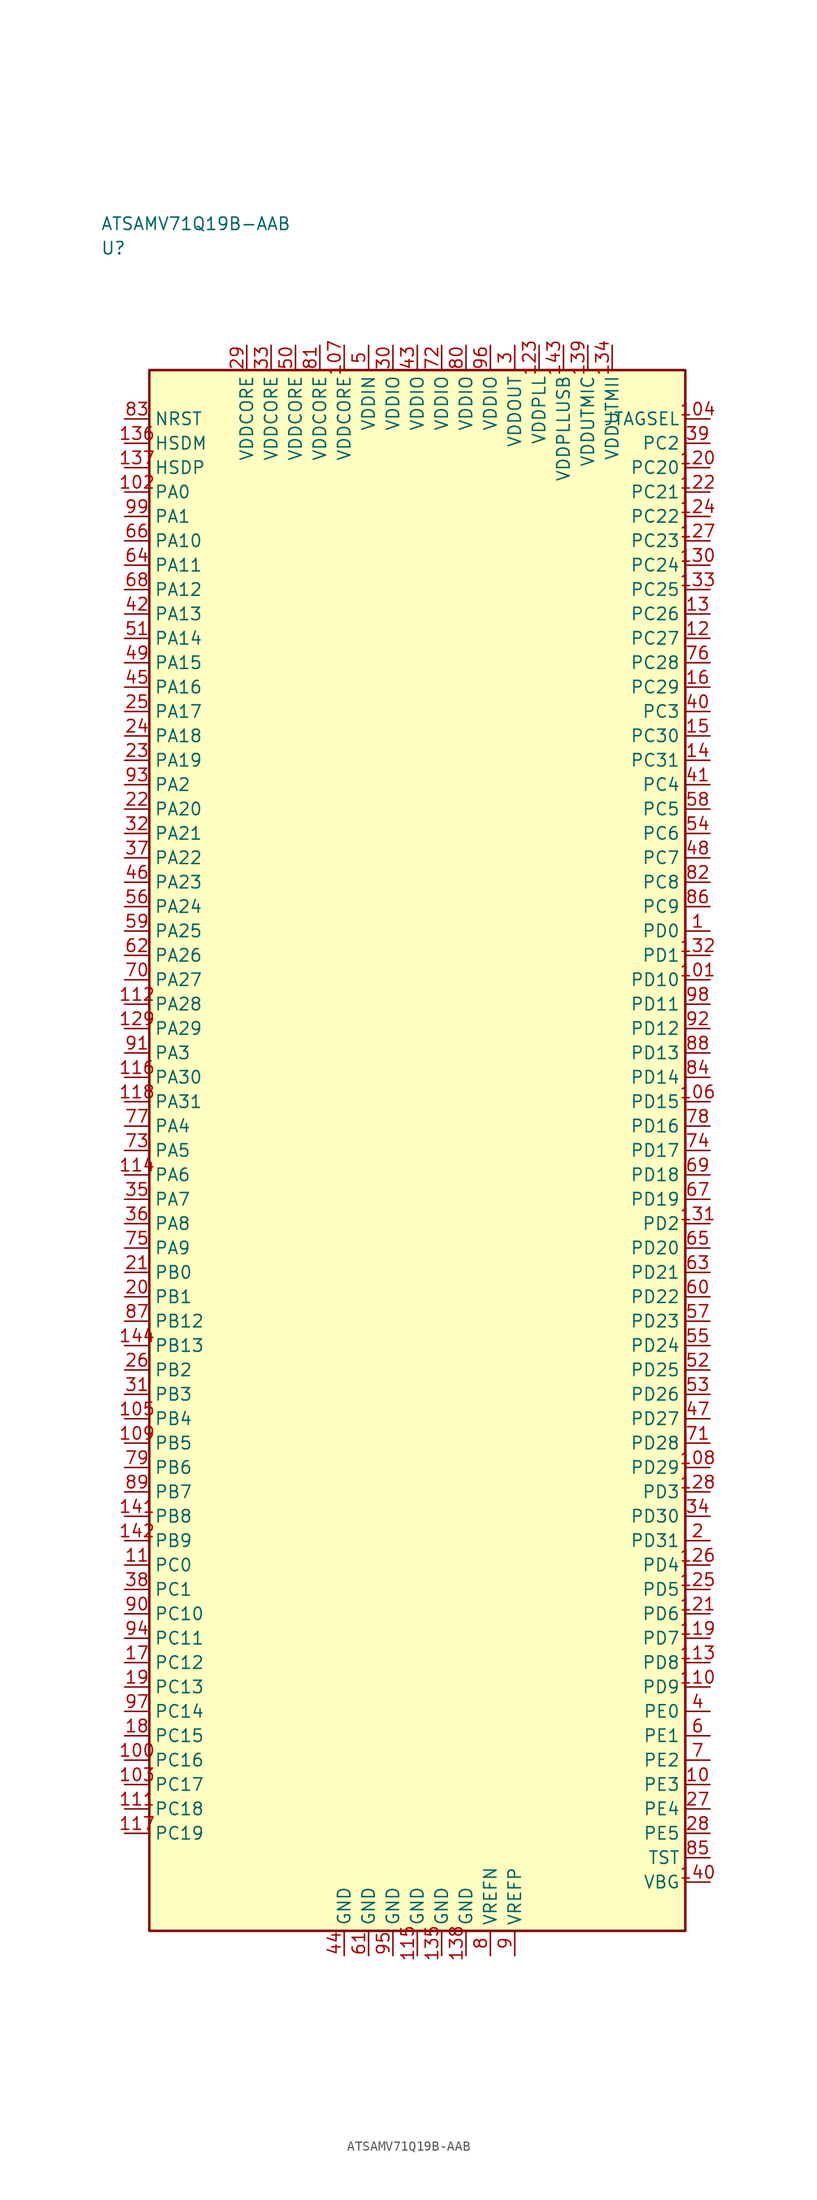
<source format=kicad_sym>
(kicad_symbol_lib
  (version 20241025)
  (generator "kicad_symbol_editor")
  (generator_version "8.0")
  (symbol "ATSAMV71Q19B-AAB"
    (property "Reference" "U"
      (at -32.5 92.5 0)
      (effects (font (size 1.27 1.27)) (justify left)))
    (property "Value" "ATSAMV71Q19B-AAB"
      (at -32.5 95.0 0)
      (effects (font (size 1.27 1.27)) (justify left)))
    (symbol "ATSAMV71Q19B-AAB_0_1"
      (rectangle (start -27.5 80.0) (end 27.5 -80.0) (stroke (width 0.254) (type default)) (fill (type background))))
    (symbol "ATSAMV71Q19B-AAB_1_1"
      (pin bidirectional line (at -30.04 67.5 0.0) (length 2.54) (name "PA0" (effects (font (size 1.27 1.27)))) (number "102" (effects (font (size 1.27 1.27)))))
      (pin bidirectional line (at -30.04 65.0 0.0) (length 2.54) (name "PA1" (effects (font (size 1.27 1.27)))) (number "99" (effects (font (size 1.27 1.27)))))
      (pin bidirectional line (at -30.04 37.5 0.0) (length 2.54) (name "PA2" (effects (font (size 1.27 1.27)))) (number "93" (effects (font (size 1.27 1.27)))))
      (pin bidirectional line (at -30.04 10.0 0.0) (length 2.54) (name "PA3" (effects (font (size 1.27 1.27)))) (number "91" (effects (font (size 1.27 1.27)))))
      (pin bidirectional line (at -30.04 2.5 0.0) (length 2.54) (name "PA4" (effects (font (size 1.27 1.27)))) (number "77" (effects (font (size 1.27 1.27)))))
      (pin bidirectional line (at -30.04 0.0 0.0) (length 2.54) (name "PA5" (effects (font (size 1.27 1.27)))) (number "73" (effects (font (size 1.27 1.27)))))
      (pin bidirectional line (at -30.04 -2.5 0.0) (length 2.54) (name "PA6" (effects (font (size 1.27 1.27)))) (number "114" (effects (font (size 1.27 1.27)))))
      (pin bidirectional line (at -30.04 -5.0 0.0) (length 2.54) (name "PA7" (effects (font (size 1.27 1.27)))) (number "35" (effects (font (size 1.27 1.27)))))
      (pin bidirectional line (at -30.04 -7.5 0.0) (length 2.54) (name "PA8" (effects (font (size 1.27 1.27)))) (number "36" (effects (font (size 1.27 1.27)))))
      (pin bidirectional line (at -30.04 -10.0 0.0) (length 2.54) (name "PA9" (effects (font (size 1.27 1.27)))) (number "75" (effects (font (size 1.27 1.27)))))
      (pin bidirectional line (at -30.04 62.5 0.0) (length 2.54) (name "PA10" (effects (font (size 1.27 1.27)))) (number "66" (effects (font (size 1.27 1.27)))))
      (pin bidirectional line (at -30.04 60.0 0.0) (length 2.54) (name "PA11" (effects (font (size 1.27 1.27)))) (number "64" (effects (font (size 1.27 1.27)))))
      (pin bidirectional line (at -30.04 57.5 0.0) (length 2.54) (name "PA12" (effects (font (size 1.27 1.27)))) (number "68" (effects (font (size 1.27 1.27)))))
      (pin bidirectional line (at -30.04 55.0 0.0) (length 2.54) (name "PA13" (effects (font (size 1.27 1.27)))) (number "42" (effects (font (size 1.27 1.27)))))
      (pin bidirectional line (at -30.04 52.5 0.0) (length 2.54) (name "PA14" (effects (font (size 1.27 1.27)))) (number "51" (effects (font (size 1.27 1.27)))))
      (pin bidirectional line (at -30.04 50.0 0.0) (length 2.54) (name "PA15" (effects (font (size 1.27 1.27)))) (number "49" (effects (font (size 1.27 1.27)))))
      (pin bidirectional line (at -30.04 47.5 0.0) (length 2.54) (name "PA16" (effects (font (size 1.27 1.27)))) (number "45" (effects (font (size 1.27 1.27)))))
      (pin bidirectional line (at -30.04 45.0 0.0) (length 2.54) (name "PA17" (effects (font (size 1.27 1.27)))) (number "25" (effects (font (size 1.27 1.27)))))
      (pin bidirectional line (at -30.04 42.5 0.0) (length 2.54) (name "PA18" (effects (font (size 1.27 1.27)))) (number "24" (effects (font (size 1.27 1.27)))))
      (pin bidirectional line (at -30.04 40.0 0.0) (length 2.54) (name "PA19" (effects (font (size 1.27 1.27)))) (number "23" (effects (font (size 1.27 1.27)))))
      (pin bidirectional line (at -30.04 35.0 0.0) (length 2.54) (name "PA20" (effects (font (size 1.27 1.27)))) (number "22" (effects (font (size 1.27 1.27)))))
      (pin bidirectional line (at -30.04 32.5 0.0) (length 2.54) (name "PA21" (effects (font (size 1.27 1.27)))) (number "32" (effects (font (size 1.27 1.27)))))
      (pin bidirectional line (at -30.04 30.0 0.0) (length 2.54) (name "PA22" (effects (font (size 1.27 1.27)))) (number "37" (effects (font (size 1.27 1.27)))))
      (pin bidirectional line (at -30.04 27.5 0.0) (length 2.54) (name "PA23" (effects (font (size 1.27 1.27)))) (number "46" (effects (font (size 1.27 1.27)))))
      (pin bidirectional line (at -30.04 25.0 0.0) (length 2.54) (name "PA24" (effects (font (size 1.27 1.27)))) (number "56" (effects (font (size 1.27 1.27)))))
      (pin bidirectional line (at -30.04 22.5 0.0) (length 2.54) (name "PA25" (effects (font (size 1.27 1.27)))) (number "59" (effects (font (size 1.27 1.27)))))
      (pin bidirectional line (at -30.04 20.0 0.0) (length 2.54) (name "PA26" (effects (font (size 1.27 1.27)))) (number "62" (effects (font (size 1.27 1.27)))))
      (pin bidirectional line (at -30.04 17.5 0.0) (length 2.54) (name "PA27" (effects (font (size 1.27 1.27)))) (number "70" (effects (font (size 1.27 1.27)))))
      (pin bidirectional line (at -30.04 15.0 0.0) (length 2.54) (name "PA28" (effects (font (size 1.27 1.27)))) (number "112" (effects (font (size 1.27 1.27)))))
      (pin bidirectional line (at -30.04 12.5 0.0) (length 2.54) (name "PA29" (effects (font (size 1.27 1.27)))) (number "129" (effects (font (size 1.27 1.27)))))
      (pin bidirectional line (at -30.04 7.5 0.0) (length 2.54) (name "PA30" (effects (font (size 1.27 1.27)))) (number "116" (effects (font (size 1.27 1.27)))))
      (pin bidirectional line (at -30.04 5.0 0.0) (length 2.54) (name "PA31" (effects (font (size 1.27 1.27)))) (number "118" (effects (font (size 1.27 1.27)))))
      (pin bidirectional line (at -30.04 -12.5 0.0) (length 2.54) (name "PB0" (effects (font (size 1.27 1.27)))) (number "21" (effects (font (size 1.27 1.27)))))
      (pin bidirectional line (at -30.04 -15.0 0.0) (length 2.54) (name "PB1" (effects (font (size 1.27 1.27)))) (number "20" (effects (font (size 1.27 1.27)))))
      (pin bidirectional line (at -30.04 -22.5 0.0) (length 2.54) (name "PB2" (effects (font (size 1.27 1.27)))) (number "26" (effects (font (size 1.27 1.27)))))
      (pin bidirectional line (at -30.04 -25.0 0.0) (length 2.54) (name "PB3" (effects (font (size 1.27 1.27)))) (number "31" (effects (font (size 1.27 1.27)))))
      (pin bidirectional line (at -30.04 -27.5 0.0) (length 2.54) (name "PB4" (effects (font (size 1.27 1.27)))) (number "105" (effects (font (size 1.27 1.27)))))
      (pin bidirectional line (at -30.04 -30.0 0.0) (length 2.54) (name "PB5" (effects (font (size 1.27 1.27)))) (number "109" (effects (font (size 1.27 1.27)))))
      (pin bidirectional line (at -30.04 -32.5 0.0) (length 2.54) (name "PB6" (effects (font (size 1.27 1.27)))) (number "79" (effects (font (size 1.27 1.27)))))
      (pin bidirectional line (at -30.04 -35.0 0.0) (length 2.54) (name "PB7" (effects (font (size 1.27 1.27)))) (number "89" (effects (font (size 1.27 1.27)))))
      (pin bidirectional line (at -30.04 -37.5 0.0) (length 2.54) (name "PB8" (effects (font (size 1.27 1.27)))) (number "141" (effects (font (size 1.27 1.27)))))
      (pin bidirectional line (at -30.04 -40.0 0.0) (length 2.54) (name "PB9" (effects (font (size 1.27 1.27)))) (number "142" (effects (font (size 1.27 1.27)))))
      (pin bidirectional line (at -30.04 -17.5 0.0) (length 2.54) (name "PB12" (effects (font (size 1.27 1.27)))) (number "87" (effects (font (size 1.27 1.27)))))
      (pin bidirectional line (at -30.04 -20.0 0.0) (length 2.54) (name "PB13" (effects (font (size 1.27 1.27)))) (number "144" (effects (font (size 1.27 1.27)))))
      (pin bidirectional line (at -30.04 -42.5 0.0) (length 2.54) (name "PC0" (effects (font (size 1.27 1.27)))) (number "11" (effects (font (size 1.27 1.27)))))
      (pin bidirectional line (at -30.04 -45.0 0.0) (length 2.54) (name "PC1" (effects (font (size 1.27 1.27)))) (number "38" (effects (font (size 1.27 1.27)))))
      (pin bidirectional line (at 30.04 72.5 180.0) (length 2.54) (name "PC2" (effects (font (size 1.27 1.27)))) (number "39" (effects (font (size 1.27 1.27)))))
      (pin bidirectional line (at 30.04 45.0 180.0) (length 2.54) (name "PC3" (effects (font (size 1.27 1.27)))) (number "40" (effects (font (size 1.27 1.27)))))
      (pin bidirectional line (at 30.04 37.5 180.0) (length 2.54) (name "PC4" (effects (font (size 1.27 1.27)))) (number "41" (effects (font (size 1.27 1.27)))))
      (pin bidirectional line (at 30.04 35.0 180.0) (length 2.54) (name "PC5" (effects (font (size 1.27 1.27)))) (number "58" (effects (font (size 1.27 1.27)))))
      (pin bidirectional line (at 30.04 32.5 180.0) (length 2.54) (name "PC6" (effects (font (size 1.27 1.27)))) (number "54" (effects (font (size 1.27 1.27)))))
      (pin bidirectional line (at 30.04 30.0 180.0) (length 2.54) (name "PC7" (effects (font (size 1.27 1.27)))) (number "48" (effects (font (size 1.27 1.27)))))
      (pin bidirectional line (at 30.04 27.5 180.0) (length 2.54) (name "PC8" (effects (font (size 1.27 1.27)))) (number "82" (effects (font (size 1.27 1.27)))))
      (pin bidirectional line (at 30.04 25.0 180.0) (length 2.54) (name "PC9" (effects (font (size 1.27 1.27)))) (number "86" (effects (font (size 1.27 1.27)))))
      (pin bidirectional line (at -30.04 -47.5 0.0) (length 2.54) (name "PC10" (effects (font (size 1.27 1.27)))) (number "90" (effects (font (size 1.27 1.27)))))
      (pin bidirectional line (at -30.04 -50.0 0.0) (length 2.54) (name "PC11" (effects (font (size 1.27 1.27)))) (number "94" (effects (font (size 1.27 1.27)))))
      (pin bidirectional line (at -30.04 -52.5 0.0) (length 2.54) (name "PC12" (effects (font (size 1.27 1.27)))) (number "17" (effects (font (size 1.27 1.27)))))
      (pin bidirectional line (at -30.04 -55.0 0.0) (length 2.54) (name "PC13" (effects (font (size 1.27 1.27)))) (number "19" (effects (font (size 1.27 1.27)))))
      (pin bidirectional line (at -30.04 -57.5 0.0) (length 2.54) (name "PC14" (effects (font (size 1.27 1.27)))) (number "97" (effects (font (size 1.27 1.27)))))
      (pin bidirectional line (at -30.04 -60.0 0.0) (length 2.54) (name "PC15" (effects (font (size 1.27 1.27)))) (number "18" (effects (font (size 1.27 1.27)))))
      (pin bidirectional line (at -30.04 -62.5 0.0) (length 2.54) (name "PC16" (effects (font (size 1.27 1.27)))) (number "100" (effects (font (size 1.27 1.27)))))
      (pin bidirectional line (at -30.04 -65.0 0.0) (length 2.54) (name "PC17" (effects (font (size 1.27 1.27)))) (number "103" (effects (font (size 1.27 1.27)))))
      (pin bidirectional line (at -30.04 -67.5 0.0) (length 2.54) (name "PC18" (effects (font (size 1.27 1.27)))) (number "111" (effects (font (size 1.27 1.27)))))
      (pin bidirectional line (at -30.04 -70.0 0.0) (length 2.54) (name "PC19" (effects (font (size 1.27 1.27)))) (number "117" (effects (font (size 1.27 1.27)))))
      (pin bidirectional line (at 30.04 70.0 180.0) (length 2.54) (name "PC20" (effects (font (size 1.27 1.27)))) (number "120" (effects (font (size 1.27 1.27)))))
      (pin bidirectional line (at 30.04 67.5 180.0) (length 2.54) (name "PC21" (effects (font (size 1.27 1.27)))) (number "122" (effects (font (size 1.27 1.27)))))
      (pin bidirectional line (at 30.04 65.0 180.0) (length 2.54) (name "PC22" (effects (font (size 1.27 1.27)))) (number "124" (effects (font (size 1.27 1.27)))))
      (pin bidirectional line (at 30.04 62.5 180.0) (length 2.54) (name "PC23" (effects (font (size 1.27 1.27)))) (number "127" (effects (font (size 1.27 1.27)))))
      (pin bidirectional line (at 30.04 60.0 180.0) (length 2.54) (name "PC24" (effects (font (size 1.27 1.27)))) (number "130" (effects (font (size 1.27 1.27)))))
      (pin bidirectional line (at 30.04 57.5 180.0) (length 2.54) (name "PC25" (effects (font (size 1.27 1.27)))) (number "133" (effects (font (size 1.27 1.27)))))
      (pin bidirectional line (at 30.04 55.0 180.0) (length 2.54) (name "PC26" (effects (font (size 1.27 1.27)))) (number "13" (effects (font (size 1.27 1.27)))))
      (pin bidirectional line (at 30.04 52.5 180.0) (length 2.54) (name "PC27" (effects (font (size 1.27 1.27)))) (number "12" (effects (font (size 1.27 1.27)))))
      (pin bidirectional line (at 30.04 50.0 180.0) (length 2.54) (name "PC28" (effects (font (size 1.27 1.27)))) (number "76" (effects (font (size 1.27 1.27)))))
      (pin bidirectional line (at 30.04 47.5 180.0) (length 2.54) (name "PC29" (effects (font (size 1.27 1.27)))) (number "16" (effects (font (size 1.27 1.27)))))
      (pin bidirectional line (at 30.04 42.5 180.0) (length 2.54) (name "PC30" (effects (font (size 1.27 1.27)))) (number "15" (effects (font (size 1.27 1.27)))))
      (pin bidirectional line (at 30.04 40.0 180.0) (length 2.54) (name "PC31" (effects (font (size 1.27 1.27)))) (number "14" (effects (font (size 1.27 1.27)))))
      (pin bidirectional line (at 30.04 22.5 180.0) (length 2.54) (name "PD0" (effects (font (size 1.27 1.27)))) (number "1" (effects (font (size 1.27 1.27)))))
      (pin bidirectional line (at 30.04 20.0 180.0) (length 2.54) (name "PD1" (effects (font (size 1.27 1.27)))) (number "132" (effects (font (size 1.27 1.27)))))
      (pin bidirectional line (at 30.04 -7.5 180.0) (length 2.54) (name "PD2" (effects (font (size 1.27 1.27)))) (number "131" (effects (font (size 1.27 1.27)))))
      (pin bidirectional line (at 30.04 -35.0 180.0) (length 2.54) (name "PD3" (effects (font (size 1.27 1.27)))) (number "128" (effects (font (size 1.27 1.27)))))
      (pin bidirectional line (at 30.04 -42.5 180.0) (length 2.54) (name "PD4" (effects (font (size 1.27 1.27)))) (number "126" (effects (font (size 1.27 1.27)))))
      (pin bidirectional line (at 30.04 -45.0 180.0) (length 2.54) (name "PD5" (effects (font (size 1.27 1.27)))) (number "125" (effects (font (size 1.27 1.27)))))
      (pin bidirectional line (at 30.04 -47.5 180.0) (length 2.54) (name "PD6" (effects (font (size 1.27 1.27)))) (number "121" (effects (font (size 1.27 1.27)))))
      (pin bidirectional line (at 30.04 -50.0 180.0) (length 2.54) (name "PD7" (effects (font (size 1.27 1.27)))) (number "119" (effects (font (size 1.27 1.27)))))
      (pin bidirectional line (at 30.04 -52.5 180.0) (length 2.54) (name "PD8" (effects (font (size 1.27 1.27)))) (number "113" (effects (font (size 1.27 1.27)))))
      (pin bidirectional line (at 30.04 -55.0 180.0) (length 2.54) (name "PD9" (effects (font (size 1.27 1.27)))) (number "110" (effects (font (size 1.27 1.27)))))
      (pin bidirectional line (at 30.04 17.5 180.0) (length 2.54) (name "PD10" (effects (font (size 1.27 1.27)))) (number "101" (effects (font (size 1.27 1.27)))))
      (pin bidirectional line (at 30.04 15.0 180.0) (length 2.54) (name "PD11" (effects (font (size 1.27 1.27)))) (number "98" (effects (font (size 1.27 1.27)))))
      (pin bidirectional line (at 30.04 12.5 180.0) (length 2.54) (name "PD12" (effects (font (size 1.27 1.27)))) (number "92" (effects (font (size 1.27 1.27)))))
      (pin bidirectional line (at 30.04 10.0 180.0) (length 2.54) (name "PD13" (effects (font (size 1.27 1.27)))) (number "88" (effects (font (size 1.27 1.27)))))
      (pin bidirectional line (at 30.04 7.5 180.0) (length 2.54) (name "PD14" (effects (font (size 1.27 1.27)))) (number "84" (effects (font (size 1.27 1.27)))))
      (pin bidirectional line (at 30.04 5.0 180.0) (length 2.54) (name "PD15" (effects (font (size 1.27 1.27)))) (number "106" (effects (font (size 1.27 1.27)))))
      (pin bidirectional line (at 30.04 2.5 180.0) (length 2.54) (name "PD16" (effects (font (size 1.27 1.27)))) (number "78" (effects (font (size 1.27 1.27)))))
      (pin bidirectional line (at 30.04 0.0 180.0) (length 2.54) (name "PD17" (effects (font (size 1.27 1.27)))) (number "74" (effects (font (size 1.27 1.27)))))
      (pin bidirectional line (at 30.04 -2.5 180.0) (length 2.54) (name "PD18" (effects (font (size 1.27 1.27)))) (number "69" (effects (font (size 1.27 1.27)))))
      (pin bidirectional line (at 30.04 -5.0 180.0) (length 2.54) (name "PD19" (effects (font (size 1.27 1.27)))) (number "67" (effects (font (size 1.27 1.27)))))
      (pin bidirectional line (at 30.04 -10.0 180.0) (length 2.54) (name "PD20" (effects (font (size 1.27 1.27)))) (number "65" (effects (font (size 1.27 1.27)))))
      (pin bidirectional line (at 30.04 -12.5 180.0) (length 2.54) (name "PD21" (effects (font (size 1.27 1.27)))) (number "63" (effects (font (size 1.27 1.27)))))
      (pin bidirectional line (at 30.04 -15.0 180.0) (length 2.54) (name "PD22" (effects (font (size 1.27 1.27)))) (number "60" (effects (font (size 1.27 1.27)))))
      (pin bidirectional line (at 30.04 -17.5 180.0) (length 2.54) (name "PD23" (effects (font (size 1.27 1.27)))) (number "57" (effects (font (size 1.27 1.27)))))
      (pin bidirectional line (at 30.04 -20.0 180.0) (length 2.54) (name "PD24" (effects (font (size 1.27 1.27)))) (number "55" (effects (font (size 1.27 1.27)))))
      (pin bidirectional line (at 30.04 -22.5 180.0) (length 2.54) (name "PD25" (effects (font (size 1.27 1.27)))) (number "52" (effects (font (size 1.27 1.27)))))
      (pin bidirectional line (at 30.04 -25.0 180.0) (length 2.54) (name "PD26" (effects (font (size 1.27 1.27)))) (number "53" (effects (font (size 1.27 1.27)))))
      (pin bidirectional line (at 30.04 -27.5 180.0) (length 2.54) (name "PD27" (effects (font (size 1.27 1.27)))) (number "47" (effects (font (size 1.27 1.27)))))
      (pin bidirectional line (at 30.04 -30.0 180.0) (length 2.54) (name "PD28" (effects (font (size 1.27 1.27)))) (number "71" (effects (font (size 1.27 1.27)))))
      (pin bidirectional line (at 30.04 -32.5 180.0) (length 2.54) (name "PD29" (effects (font (size 1.27 1.27)))) (number "108" (effects (font (size 1.27 1.27)))))
      (pin bidirectional line (at 30.04 -37.5 180.0) (length 2.54) (name "PD30" (effects (font (size 1.27 1.27)))) (number "34" (effects (font (size 1.27 1.27)))))
      (pin bidirectional line (at 30.04 -40.0 180.0) (length 2.54) (name "PD31" (effects (font (size 1.27 1.27)))) (number "2" (effects (font (size 1.27 1.27)))))
      (pin bidirectional line (at 30.04 -57.5 180.0) (length 2.54) (name "PE0" (effects (font (size 1.27 1.27)))) (number "4" (effects (font (size 1.27 1.27)))))
      (pin bidirectional line (at 30.04 -60.0 180.0) (length 2.54) (name "PE1" (effects (font (size 1.27 1.27)))) (number "6" (effects (font (size 1.27 1.27)))))
      (pin bidirectional line (at 30.04 -62.5 180.0) (length 2.54) (name "PE2" (effects (font (size 1.27 1.27)))) (number "7" (effects (font (size 1.27 1.27)))))
      (pin bidirectional line (at 30.04 -65.0 180.0) (length 2.54) (name "PE3" (effects (font (size 1.27 1.27)))) (number "10" (effects (font (size 1.27 1.27)))))
      (pin bidirectional line (at 30.04 -67.5 180.0) (length 2.54) (name "PE4" (effects (font (size 1.27 1.27)))) (number "27" (effects (font (size 1.27 1.27)))))
      (pin bidirectional line (at 30.04 -70.0 180.0) (length 2.54) (name "PE5" (effects (font (size 1.27 1.27)))) (number "28" (effects (font (size 1.27 1.27)))))
      (pin power_in line (at 10.0 82.54 270.0) (length 2.54) (name "VDDOUT" (effects (font (size 1.27 1.27)))) (number "3" (effects (font (size 1.27 1.27)))))
      (pin power_in line (at -5.0 82.54 270.0) (length 2.54) (name "VDDIN" (effects (font (size 1.27 1.27)))) (number "5" (effects (font (size 1.27 1.27)))))
      (pin passive line (at 7.5 -82.54 90.0) (length 2.54) (name "VREFN" (effects (font (size 1.27 1.27)))) (number "8" (effects (font (size 1.27 1.27)))))
      (pin passive line (at 10.0 -82.54 90.0) (length 2.54) (name "VREFP" (effects (font (size 1.27 1.27)))) (number "9" (effects (font (size 1.27 1.27)))))
      (pin input line (at -30.04 75.0 0.0) (length 2.54) (name "NRST" (effects (font (size 1.27 1.27)))) (number "83" (effects (font (size 1.27 1.27)))))
      (pin bidirectional line (at 30.04 -72.5 180.0) (length 2.54) (name "TST" (effects (font (size 1.27 1.27)))) (number "85" (effects (font (size 1.27 1.27)))))
      (pin power_in line (at -2.5 82.54 270.0) (length 2.54) (name "VDDIO" (effects (font (size 1.27 1.27)))) (number "30" (effects (font (size 1.27 1.27)))))
      (pin power_in line (at 0.0 82.54 270.0) (length 2.54) (name "VDDIO" (effects (font (size 1.27 1.27)))) (number "43" (effects (font (size 1.27 1.27)))))
      (pin power_in line (at 2.5 82.54 270.0) (length 2.54) (name "VDDIO" (effects (font (size 1.27 1.27)))) (number "72" (effects (font (size 1.27 1.27)))))
      (pin power_in line (at 5.0 82.54 270.0) (length 2.54) (name "VDDIO" (effects (font (size 1.27 1.27)))) (number "80" (effects (font (size 1.27 1.27)))))
      (pin power_in line (at 7.5 82.54 270.0) (length 2.54) (name "VDDIO" (effects (font (size 1.27 1.27)))) (number "96" (effects (font (size 1.27 1.27)))))
      (pin output line (at 30.04 75.0 180.0) (length 2.54) (name "JTAGSEL" (effects (font (size 1.27 1.27)))) (number "104" (effects (font (size 1.27 1.27)))))
      (pin power_in line (at -17.5 82.54 270.0) (length 2.54) (name "VDDCORE" (effects (font (size 1.27 1.27)))) (number "29" (effects (font (size 1.27 1.27)))))
      (pin power_in line (at -15.0 82.54 270.0) (length 2.54) (name "VDDCORE" (effects (font (size 1.27 1.27)))) (number "33" (effects (font (size 1.27 1.27)))))
      (pin power_in line (at -12.5 82.54 270.0) (length 2.54) (name "VDDCORE" (effects (font (size 1.27 1.27)))) (number "50" (effects (font (size 1.27 1.27)))))
      (pin power_in line (at -10.0 82.54 270.0) (length 2.54) (name "VDDCORE" (effects (font (size 1.27 1.27)))) (number "81" (effects (font (size 1.27 1.27)))))
      (pin power_in line (at -7.5 82.54 270.0) (length 2.54) (name "VDDCORE" (effects (font (size 1.27 1.27)))) (number "107" (effects (font (size 1.27 1.27)))))
      (pin power_in line (at 12.5 82.54 270.0) (length 2.54) (name "VDDPLL" (effects (font (size 1.27 1.27)))) (number "123" (effects (font (size 1.27 1.27)))))
      (pin power_in line (at 20.0 82.54 270.0) (length 2.54) (name "VDDUTMII" (effects (font (size 1.27 1.27)))) (number "134" (effects (font (size 1.27 1.27)))))
      (pin bidirectional line (at -30.04 72.5 0.0) (length 2.54) (name "HSDM" (effects (font (size 1.27 1.27)))) (number "136" (effects (font (size 1.27 1.27)))))
      (pin bidirectional line (at -30.04 70.0 0.0) (length 2.54) (name "HSDP" (effects (font (size 1.27 1.27)))) (number "137" (effects (font (size 1.27 1.27)))))
      (pin passive line (at -7.5 -82.54 90.0) (length 2.54) (name "GND" (effects (font (size 1.27 1.27)))) (number "44" (effects (font (size 1.27 1.27)))))
      (pin passive line (at -5.0 -82.54 90.0) (length 2.54) (name "GND" (effects (font (size 1.27 1.27)))) (number "61" (effects (font (size 1.27 1.27)))))
      (pin passive line (at -2.5 -82.54 90.0) (length 2.54) (name "GND" (effects (font (size 1.27 1.27)))) (number "95" (effects (font (size 1.27 1.27)))))
      (pin passive line (at 0.0 -82.54 90.0) (length 2.54) (name "GND" (effects (font (size 1.27 1.27)))) (number "115" (effects (font (size 1.27 1.27)))))
      (pin passive line (at 2.5 -82.54 90.0) (length 2.54) (name "GND" (effects (font (size 1.27 1.27)))) (number "135" (effects (font (size 1.27 1.27)))))
      (pin passive line (at 5.0 -82.54 90.0) (length 2.54) (name "GND" (effects (font (size 1.27 1.27)))) (number "138" (effects (font (size 1.27 1.27)))))
      (pin power_in line (at 17.5 82.54 270.0) (length 2.54) (name "VDDUTMIC" (effects (font (size 1.27 1.27)))) (number "139" (effects (font (size 1.27 1.27)))))
      (pin bidirectional line (at 30.04 -75.0 180.0) (length 2.54) (name "VBG" (effects (font (size 1.27 1.27)))) (number "140" (effects (font (size 1.27 1.27)))))
      (pin power_in line (at 15.0 82.54 270.0) (length 2.54) (name "VDDPLLUSB" (effects (font (size 1.27 1.27)))) (number "143" (effects (font (size 1.27 1.27))))))))
</source>
